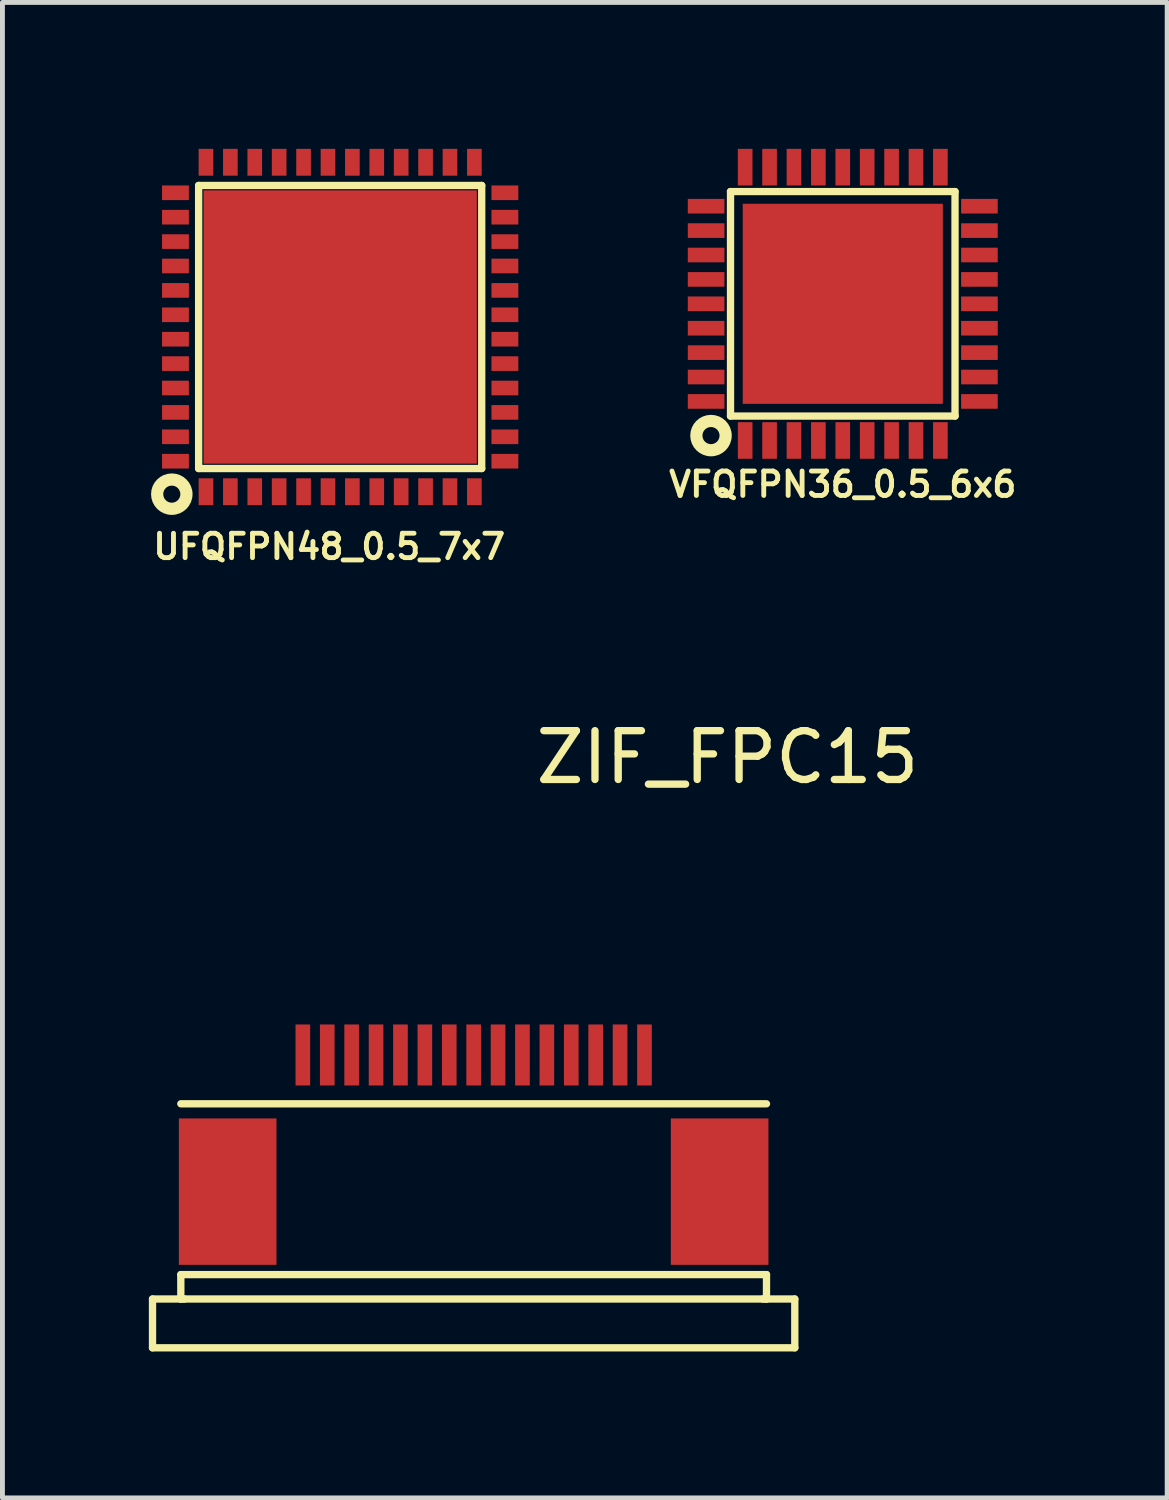
<source format=kicad_pcb>
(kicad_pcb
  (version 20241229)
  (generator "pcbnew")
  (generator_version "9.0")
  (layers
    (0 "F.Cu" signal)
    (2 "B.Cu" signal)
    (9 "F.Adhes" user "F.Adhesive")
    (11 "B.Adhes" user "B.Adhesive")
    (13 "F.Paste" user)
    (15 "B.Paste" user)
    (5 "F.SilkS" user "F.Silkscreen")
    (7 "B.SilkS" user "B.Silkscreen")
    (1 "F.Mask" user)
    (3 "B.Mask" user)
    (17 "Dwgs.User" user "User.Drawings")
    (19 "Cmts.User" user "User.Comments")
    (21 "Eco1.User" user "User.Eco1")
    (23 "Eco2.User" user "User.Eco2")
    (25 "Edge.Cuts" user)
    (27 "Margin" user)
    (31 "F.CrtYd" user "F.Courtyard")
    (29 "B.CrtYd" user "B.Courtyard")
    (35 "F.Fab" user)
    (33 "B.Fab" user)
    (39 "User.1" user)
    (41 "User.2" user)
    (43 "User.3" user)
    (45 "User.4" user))
  (footprint "ZIF_FPC15"
    (layer "F.Cu")
    (at 6.655 18.566)
    (property "Reference" "ZIF_FPC15" (at 5.2 -6.1 0) (layer "F.SilkS") (effects (font (size 1 1) (thickness 0.15))))
    (attr through_hole)
    (fp_line (start -6.58 5) (end -5.925 5) (stroke (width 0.15) (type solid)) (layer "F.SilkS"))
    (fp_line (start -6.58 6) (end -6.58 5) (stroke (width 0.15) (type solid)) (layer "F.SilkS"))
    (fp_line (start -6.58 6) (end 6.58 6) (stroke (width 0.15) (type solid)) (layer "F.SilkS"))
    (fp_line (start -6 1) (end 6 1) (stroke (width 0.15) (type solid)) (layer "F.SilkS"))
    (fp_line (start -6 4.5) (end -6 5) (stroke (width 0.15) (type solid)) (layer "F.SilkS"))
    (fp_line (start 5.925 5) (end 6.58 5) (stroke (width 0.15) (type solid)) (layer "F.SilkS"))
    (fp_line (start 6 4.5) (end -6 4.5) (stroke (width 0.15) (type solid)) (layer "F.SilkS"))
    (fp_line (start 6 4.5) (end 6 5) (stroke (width 0.15) (type solid)) (layer "F.SilkS"))
    (fp_line (start 6 5) (end -6 5) (stroke (width 0.15) (type solid)) (layer "F.SilkS"))
    (fp_line (start 6.58 6) (end 6.58 5) (stroke (width 0.15) (type solid)) (layer "F.SilkS"))
    (pad "" smd rect (at -5.04 2.8) (size 2 3) (layers "F.Cu" "F.Mask" "F.Paste"))
    (pad "" smd rect (at 5.04 2.8) (size 2 3) (layers "F.Cu" "F.Mask" "F.Paste"))
    (pad "1" smd rect (at -3.5 0) (size 0.3 1.25) (layers "F.Cu" "F.Mask" "F.Paste"))
    (pad "2" smd rect (at -3 0) (size 0.3 1.25) (layers "F.Cu" "F.Mask" "F.Paste"))
    (pad "3" smd rect (at -2.5 0) (size 0.3 1.25) (layers "F.Cu" "F.Mask" "F.Paste"))
    (pad "4" smd rect (at -2 0) (size 0.3 1.25) (layers "F.Cu" "F.Mask" "F.Paste"))
    (pad "5" smd rect (at -1.5 0) (size 0.3 1.25) (layers "F.Cu" "F.Mask" "F.Paste"))
    (pad "6" smd rect (at -1 0) (size 0.3 1.25) (layers "F.Cu" "F.Mask" "F.Paste"))
    (pad "7" smd rect (at -0.5 0) (size 0.3 1.25) (layers "F.Cu" "F.Mask" "F.Paste"))
    (pad "8" smd rect (at 0 0) (size 0.3 1.25) (layers "F.Cu" "F.Mask" "F.Paste"))
    (pad "9" smd rect (at 0.5 0) (size 0.3 1.25) (layers "F.Cu" "F.Mask" "F.Paste"))
    (pad "10" smd rect (at 1 0) (size 0.3 1.25) (layers "F.Cu" "F.Mask" "F.Paste"))
    (pad "11" smd rect (at 1.5 0) (size 0.3 1.25) (layers "F.Cu" "F.Mask" "F.Paste"))
    (pad "12" smd rect (at 2 0) (size 0.3 1.25) (layers "F.Cu" "F.Mask" "F.Paste"))
    (pad "13" smd rect (at 2.5 0) (size 0.3 1.25) (layers "F.Cu" "F.Mask" "F.Paste"))
    (pad "14" smd rect (at 3 0) (size 0.3 1.25) (layers "F.Cu" "F.Mask" "F.Paste"))
    (pad "15" smd rect (at 3.5 0) (size 0.3 1.25) (layers "F.Cu" "F.Mask" "F.Paste")))
  (footprint "UFQFPN48_0.5_7x7"
    (layer "F.Cu")
    (at 3.92 3.65)
    (property "Reference" "UFQFPN48_0.5_7x7" (at -0.225 4.5 0) (layer "F.SilkS") (effects (font (size 0.5 0.5) (thickness 0.1))))
    (attr through_hole)
    (fp_line (start -2.9 -2.9) (end 2.9 -2.9) (stroke (width 0.15) (type solid)) (layer "F.SilkS"))
    (fp_line (start -2.9 2.9) (end -2.9 -2.9) (stroke (width 0.15) (type solid)) (layer "F.SilkS"))
    (fp_line (start 2.9 -2.9) (end 2.9 2.9) (stroke (width 0.15) (type solid)) (layer "F.SilkS"))
    (fp_line (start 2.9 2.9) (end -2.9 2.9) (stroke (width 0.15) (type solid)) (layer "F.SilkS"))
    (fp_circle (center -3.45 3.425) (end -3.15 3.425) (stroke (width 0.25) (type solid)) (fill no) (layer "F.SilkS"))
    (pad "0" smd rect (at 0 0 90) (size 5.6 5.6) (layers "F.Cu" "F.Mask" "F.Paste"))
    (pad "1" smd rect (at -2.75 3.375) (size 0.3 0.55) (layers "F.Cu" "F.Mask" "F.Paste"))
    (pad "2" smd rect (at -2.25 3.375) (size 0.3 0.55) (layers "F.Cu" "F.Mask" "F.Paste"))
    (pad "3" smd rect (at -1.75 3.375) (size 0.3 0.55) (layers "F.Cu" "F.Mask" "F.Paste"))
    (pad "4" smd rect (at -1.25 3.375) (size 0.3 0.55) (layers "F.Cu" "F.Mask" "F.Paste"))
    (pad "5" smd rect (at -0.75 3.375) (size 0.3 0.55) (layers "F.Cu" "F.Mask" "F.Paste"))
    (pad "6" smd rect (at -0.25 3.375) (size 0.3 0.55) (layers "F.Cu" "F.Mask" "F.Paste"))
    (pad "7" smd rect (at 0.25 3.375) (size 0.3 0.55) (layers "F.Cu" "F.Mask" "F.Paste"))
    (pad "8" smd rect (at 0.75 3.375) (size 0.3 0.55) (layers "F.Cu" "F.Mask" "F.Paste"))
    (pad "9" smd rect (at 1.25 3.375) (size 0.3 0.55) (layers "F.Cu" "F.Mask" "F.Paste"))
    (pad "10" smd rect (at 1.75 3.375) (size 0.3 0.55) (layers "F.Cu" "F.Mask" "F.Paste"))
    (pad "11" smd rect (at 2.25 3.375) (size 0.3 0.55) (layers "F.Cu" "F.Mask" "F.Paste"))
    (pad "12" smd rect (at 2.75 3.375) (size 0.3 0.55) (layers "F.Cu" "F.Mask" "F.Paste"))
    (pad "13" smd rect (at 3.375 2.75 90) (size 0.3 0.55) (layers "F.Cu" "F.Mask" "F.Paste"))
    (pad "14" smd rect (at 3.375 2.25 90) (size 0.3 0.55) (layers "F.Cu" "F.Mask" "F.Paste"))
    (pad "15" smd rect (at 3.375 1.75 90) (size 0.3 0.55) (layers "F.Cu" "F.Mask" "F.Paste"))
    (pad "16" smd rect (at 3.375 1.25 90) (size 0.3 0.55) (layers "F.Cu" "F.Mask" "F.Paste"))
    (pad "17" smd rect (at 3.375 0.75 90) (size 0.3 0.55) (layers "F.Cu" "F.Mask" "F.Paste"))
    (pad "18" smd rect (at 3.375 0.25 90) (size 0.3 0.55) (layers "F.Cu" "F.Mask" "F.Paste"))
    (pad "19" smd rect (at 3.375 -0.25 90) (size 0.3 0.55) (layers "F.Cu" "F.Mask" "F.Paste"))
    (pad "20" smd rect (at 3.375 -0.75 90) (size 0.3 0.55) (layers "F.Cu" "F.Mask" "F.Paste"))
    (pad "21" smd rect (at 3.375 -1.25 90) (size 0.3 0.55) (layers "F.Cu" "F.Mask" "F.Paste"))
    (pad "22" smd rect (at 3.375 -1.75 90) (size 0.3 0.55) (layers "F.Cu" "F.Mask" "F.Paste"))
    (pad "23" smd rect (at 3.375 -2.25 90) (size 0.3 0.55) (layers "F.Cu" "F.Mask" "F.Paste"))
    (pad "24" smd rect (at 3.375 -2.75 90) (size 0.3 0.55) (layers "F.Cu" "F.Mask" "F.Paste"))
    (pad "25" smd rect (at 2.75 -3.375) (size 0.3 0.55) (layers "F.Cu" "F.Mask" "F.Paste"))
    (pad "26" smd rect (at 2.25 -3.375) (size 0.3 0.55) (layers "F.Cu" "F.Mask" "F.Paste"))
    (pad "27" smd rect (at 1.75 -3.375) (size 0.3 0.55) (layers "F.Cu" "F.Mask" "F.Paste"))
    (pad "28" smd rect (at 1.25 -3.375) (size 0.3 0.55) (layers "F.Cu" "F.Mask" "F.Paste"))
    (pad "29" smd rect (at 0.75 -3.375) (size 0.3 0.55) (layers "F.Cu" "F.Mask" "F.Paste"))
    (pad "30" smd rect (at 0.25 -3.375) (size 0.3 0.55) (layers "F.Cu" "F.Mask" "F.Paste"))
    (pad "31" smd rect (at -0.25 -3.375) (size 0.3 0.55) (layers "F.Cu" "F.Mask" "F.Paste"))
    (pad "32" smd rect (at -0.75 -3.375) (size 0.3 0.55) (layers "F.Cu" "F.Mask" "F.Paste"))
    (pad "33" smd rect (at -1.25 -3.375) (size 0.3 0.55) (layers "F.Cu" "F.Mask" "F.Paste"))
    (pad "34" smd rect (at -1.75 -3.375) (size 0.3 0.55) (layers "F.Cu" "F.Mask" "F.Paste"))
    (pad "35" smd rect (at -2.25 -3.375) (size 0.3 0.55) (layers "F.Cu" "F.Mask" "F.Paste"))
    (pad "36" smd rect (at -2.75 -3.375) (size 0.3 0.55) (layers "F.Cu" "F.Mask" "F.Paste"))
    (pad "37" smd rect (at -3.375 -2.75 90) (size 0.3 0.55) (layers "F.Cu" "F.Mask" "F.Paste"))
    (pad "38" smd rect (at -3.375 -2.25 90) (size 0.3 0.55) (layers "F.Cu" "F.Mask" "F.Paste"))
    (pad "39" smd rect (at -3.375 -1.75 90) (size 0.3 0.55) (layers "F.Cu" "F.Mask" "F.Paste"))
    (pad "40" smd rect (at -3.375 -1.25 90) (size 0.3 0.55) (layers "F.Cu" "F.Mask" "F.Paste"))
    (pad "41" smd rect (at -3.375 -0.75 90) (size 0.3 0.55) (layers "F.Cu" "F.Mask" "F.Paste"))
    (pad "42" smd rect (at -3.375 -0.25 90) (size 0.3 0.55) (layers "F.Cu" "F.Mask" "F.Paste"))
    (pad "43" smd rect (at -3.375 0.25 90) (size 0.3 0.55) (layers "F.Cu" "F.Mask" "F.Paste"))
    (pad "44" smd rect (at -3.375 0.75 90) (size 0.3 0.55) (layers "F.Cu" "F.Mask" "F.Paste"))
    (pad "45" smd rect (at -3.375 1.25 90) (size 0.3 0.55) (layers "F.Cu" "F.Mask" "F.Paste"))
    (pad "46" smd rect (at -3.375 1.75 90) (size 0.3 0.55) (layers "F.Cu" "F.Mask" "F.Paste"))
    (pad "47" smd rect (at -3.375 2.25 90) (size 0.3 0.55) (layers "F.Cu" "F.Mask" "F.Paste"))
    (pad "48" smd rect (at -3.375 2.75 90) (size 0.3 0.55) (layers "F.Cu" "F.Mask" "F.Paste")))
  (footprint "VFQFPN36_0.5_6x6"
    (layer "F.Cu")
    (at 14.218 3.175)
    (property "Reference" "VFQFPN36_0.5_6x6" (at 0 3.7 0) (layer "F.SilkS") (effects (font (size 0.5 0.5) (thickness 0.1))))
    (attr through_hole)
    (fp_line (start -2.3 -2.3) (end 2.3 -2.3) (stroke (width 0.15) (type solid)) (layer "F.SilkS"))
    (fp_line (start -2.3 2.3) (end -2.3 -2.3) (stroke (width 0.15) (type solid)) (layer "F.SilkS"))
    (fp_line (start 2.3 -2.3) (end 2.3 2.3) (stroke (width 0.15) (type solid)) (layer "F.SilkS"))
    (fp_line (start 2.3 2.3) (end -2.3 2.3) (stroke (width 0.15) (type solid)) (layer "F.SilkS"))
    (fp_circle (center -2.7 2.7) (end -2.4 2.7) (stroke (width 0.25) (type solid)) (fill no) (layer "F.SilkS"))
    (pad "0" smd rect (at 0 0 90) (size 4.1 4.1) (layers "F.Cu" "F.Mask" "F.Paste"))
    (pad "1" smd rect (at -2 2.8) (size 0.3 0.75) (layers "F.Cu" "F.Mask" "F.Paste"))
    (pad "2" smd rect (at -1.5 2.8) (size 0.3 0.75) (layers "F.Cu" "F.Mask" "F.Paste"))
    (pad "3" smd rect (at -1 2.8) (size 0.3 0.75) (layers "F.Cu" "F.Mask" "F.Paste"))
    (pad "4" smd rect (at -0.5 2.8) (size 0.3 0.75) (layers "F.Cu" "F.Mask" "F.Paste"))
    (pad "5" smd rect (at 0 2.8) (size 0.3 0.75) (layers "F.Cu" "F.Mask" "F.Paste"))
    (pad "6" smd rect (at 0.5 2.8) (size 0.3 0.75) (layers "F.Cu" "F.Mask" "F.Paste"))
    (pad "7" smd rect (at 1 2.8) (size 0.3 0.75) (layers "F.Cu" "F.Mask" "F.Paste"))
    (pad "8" smd rect (at 1.5 2.8) (size 0.3 0.75) (layers "F.Cu" "F.Mask" "F.Paste"))
    (pad "9" smd rect (at 2 2.8) (size 0.3 0.75) (layers "F.Cu" "F.Mask" "F.Paste"))
    (pad "10" smd rect (at 2.8 2 90) (size 0.3 0.75) (layers "F.Cu" "F.Mask" "F.Paste"))
    (pad "11" smd rect (at 2.8 1.5 90) (size 0.3 0.75) (layers "F.Cu" "F.Mask" "F.Paste"))
    (pad "12" smd rect (at 2.8 1 90) (size 0.3 0.75) (layers "F.Cu" "F.Mask" "F.Paste"))
    (pad "13" smd rect (at 2.8 0.5 90) (size 0.3 0.75) (layers "F.Cu" "F.Mask" "F.Paste"))
    (pad "14" smd rect (at 2.8 0 90) (size 0.3 0.75) (layers "F.Cu" "F.Mask" "F.Paste"))
    (pad "15" smd rect (at 2.8 -0.5 90) (size 0.3 0.75) (layers "F.Cu" "F.Mask" "F.Paste"))
    (pad "16" smd rect (at 2.8 -1 90) (size 0.3 0.75) (layers "F.Cu" "F.Mask" "F.Paste"))
    (pad "17" smd rect (at 2.8 -1.5 90) (size 0.3 0.75) (layers "F.Cu" "F.Mask" "F.Paste"))
    (pad "18" smd rect (at 2.8 -2 90) (size 0.3 0.75) (layers "F.Cu" "F.Mask" "F.Paste"))
    (pad "19" smd rect (at 2 -2.8) (size 0.3 0.75) (layers "F.Cu" "F.Mask" "F.Paste"))
    (pad "20" smd rect (at 1.5 -2.8) (size 0.3 0.75) (layers "F.Cu" "F.Mask" "F.Paste"))
    (pad "21" smd rect (at 1 -2.8) (size 0.3 0.75) (layers "F.Cu" "F.Mask" "F.Paste"))
    (pad "22" smd rect (at 0.5 -2.8) (size 0.3 0.75) (layers "F.Cu" "F.Mask" "F.Paste"))
    (pad "23" smd rect (at 0 -2.8) (size 0.3 0.75) (layers "F.Cu" "F.Mask" "F.Paste"))
    (pad "24" smd rect (at -0.5 -2.8) (size 0.3 0.75) (layers "F.Cu" "F.Mask" "F.Paste"))
    (pad "25" smd rect (at -1 -2.8) (size 0.3 0.75) (layers "F.Cu" "F.Mask" "F.Paste"))
    (pad "26" smd rect (at -1.5 -2.8) (size 0.3 0.75) (layers "F.Cu" "F.Mask" "F.Paste"))
    (pad "27" smd rect (at -2 -2.8) (size 0.3 0.75) (layers "F.Cu" "F.Mask" "F.Paste"))
    (pad "28" smd rect (at -2.8 -2 90) (size 0.3 0.75) (layers "F.Cu" "F.Mask" "F.Paste"))
    (pad "29" smd rect (at -2.8 -1.5 90) (size 0.3 0.75) (layers "F.Cu" "F.Mask" "F.Paste"))
    (pad "30" smd rect (at -2.8 -1 90) (size 0.3 0.75) (layers "F.Cu" "F.Mask" "F.Paste"))
    (pad "31" smd rect (at -2.8 -0.5 90) (size 0.3 0.75) (layers "F.Cu" "F.Mask" "F.Paste"))
    (pad "32" smd rect (at -2.8 0 90) (size 0.3 0.75) (layers "F.Cu" "F.Mask" "F.Paste"))
    (pad "33" smd rect (at -2.8 0.5 90) (size 0.3 0.75) (layers "F.Cu" "F.Mask" "F.Paste"))
    (pad "34" smd rect (at -2.8 1 90) (size 0.3 0.75) (layers "F.Cu" "F.Mask" "F.Paste"))
    (pad "35" smd rect (at -2.8 1.5 90) (size 0.3 0.75) (layers "F.Cu" "F.Mask" "F.Paste"))
    (pad "36" smd rect (at -2.8 2 90) (size 0.3 0.75) (layers "F.Cu" "F.Mask" "F.Paste")))
  (gr_rect
    (start -3 -3)
    (end 20.865 27.641)
    (stroke (width 0.1) (type default))
    (fill no)
    (layer "Edge.Cuts")))
</source>
